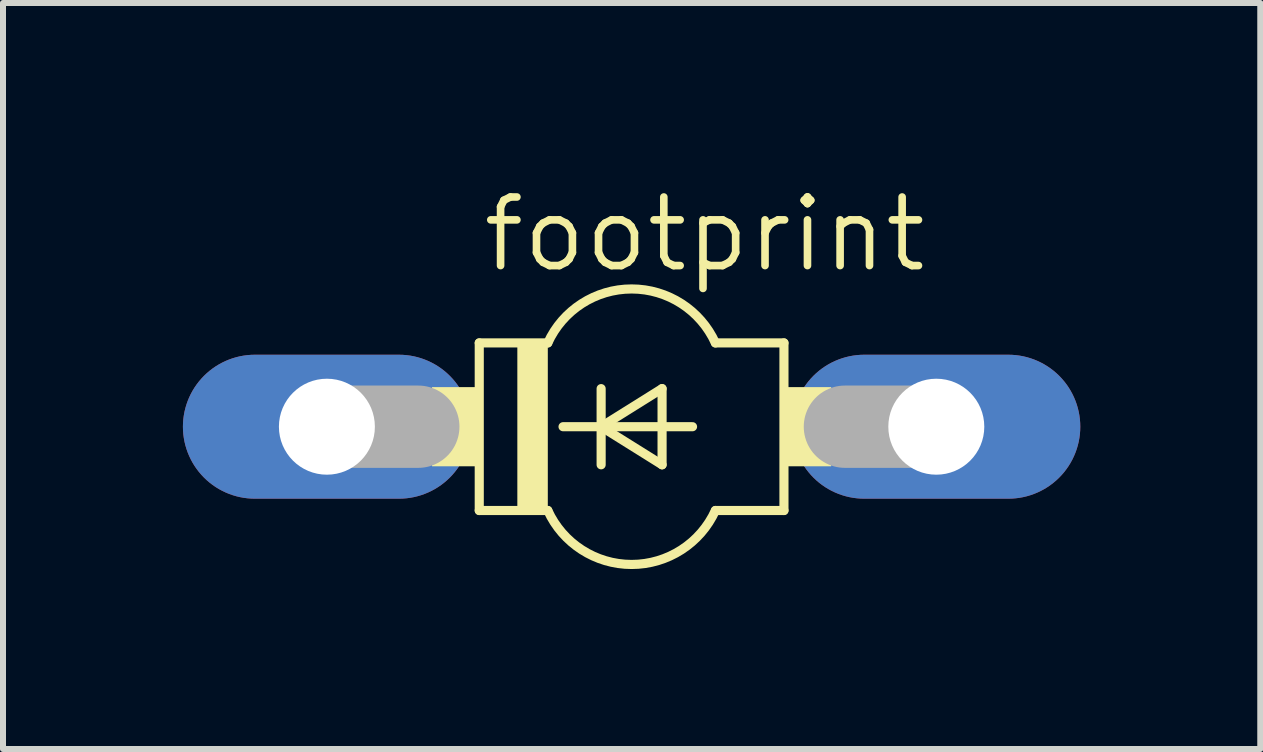
<source format=kicad_pcb>
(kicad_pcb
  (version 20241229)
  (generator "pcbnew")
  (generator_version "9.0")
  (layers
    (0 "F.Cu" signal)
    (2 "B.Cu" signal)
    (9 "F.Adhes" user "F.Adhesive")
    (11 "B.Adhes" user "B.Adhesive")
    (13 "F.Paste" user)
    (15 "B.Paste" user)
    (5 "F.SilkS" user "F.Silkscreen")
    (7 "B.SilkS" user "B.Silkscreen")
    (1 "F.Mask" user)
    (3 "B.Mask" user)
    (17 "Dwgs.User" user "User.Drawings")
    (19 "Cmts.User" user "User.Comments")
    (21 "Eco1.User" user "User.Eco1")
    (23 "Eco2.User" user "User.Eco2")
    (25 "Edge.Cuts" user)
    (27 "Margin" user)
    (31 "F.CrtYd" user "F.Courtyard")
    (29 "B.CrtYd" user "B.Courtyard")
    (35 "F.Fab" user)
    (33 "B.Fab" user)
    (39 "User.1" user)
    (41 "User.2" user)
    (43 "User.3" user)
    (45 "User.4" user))
  (footprint "footprint"
    (layer "F.Cu")
    (at 7.48 4.064)
    (property "Reference" "footprint" (at -2.54 -2.54 0) (layer "F.SilkS") (effects (font (size 1.143 1.143) (thickness 0.127)) (justify left bottom)))
    (fp_line (start -2.54 -1.397) (end -2.54 1.397) (stroke (width 0.152) (type solid)) (layer "F.SilkS"))
    (fp_line (start -2.54 -1.397) (end -1.397 -1.397) (stroke (width 0.152) (type solid)) (layer "F.SilkS"))
    (fp_line (start -2.54 1.397) (end -1.397 1.397) (stroke (width 0.152) (type solid)) (layer "F.SilkS"))
    (fp_line (start -1.143 0) (end -0.508 0) (stroke (width 0.152) (type solid)) (layer "F.SilkS"))
    (fp_line (start -0.508 -0.635) (end -0.508 0) (stroke (width 0.152) (type solid)) (layer "F.SilkS"))
    (fp_line (start -0.508 0) (end -0.508 0.635) (stroke (width 0.152) (type solid)) (layer "F.SilkS"))
    (fp_line (start -0.508 0) (end 0.508 -0.635) (stroke (width 0.152) (type solid)) (layer "F.SilkS"))
    (fp_line (start -0.508 0) (end 1.016 0) (stroke (width 0.152) (type solid)) (layer "F.SilkS"))
    (fp_line (start 0.508 -0.635) (end 0.508 0.635) (stroke (width 0.152) (type solid)) (layer "F.SilkS"))
    (fp_line (start 0.508 0.635) (end -0.508 0) (stroke (width 0.152) (type solid)) (layer "F.SilkS"))
    (fp_line (start 1.397 1.397) (end 2.54 1.397) (stroke (width 0.152) (type solid)) (layer "F.SilkS"))
    (fp_line (start 2.54 -1.397) (end 1.397 -1.397) (stroke (width 0.152) (type solid)) (layer "F.SilkS"))
    (fp_line (start 2.54 1.397) (end 2.54 -1.397) (stroke (width 0.152) (type solid)) (layer "F.SilkS"))
    (fp_arc (start -1.397 -1.397) (mid 0.000001 -2.296546) (end 1.397001 -1.396998) (stroke (width 0.1524) (type solid)) (layer "F.SilkS"))
    (fp_arc (start 1.397001 1.396998) (mid 0.000001 2.296546) (end -1.397 1.397) (stroke (width 0.1524) (type solid)) (layer "F.SilkS"))
    (fp_poly (pts (xy -3.327 0.66) (xy -2.54 0.66) (xy -2.54 -0.66) (xy -3.327 -0.66)) (stroke (width 0) (type solid)) (fill yes) (layer "F.SilkS"))
    (fp_poly (pts (xy -1.905 1.397) (xy -1.397 1.397) (xy -1.397 -1.397) (xy -1.905 -1.397)) (stroke (width 0) (type solid)) (fill yes) (layer "F.SilkS"))
    (fp_poly (pts (xy 2.54 0.66) (xy 3.327 0.66) (xy 3.327 -0.66) (xy 2.54 -0.66)) (stroke (width 0) (type solid)) (fill yes) (layer "F.SilkS"))
    (fp_line (start -5.08 0) (end -3.556 0) (stroke (width 1.372) (type solid)) (layer "F.Fab"))
    (fp_line (start 5.08 0) (end 3.556 0) (stroke (width 1.372) (type solid)) (layer "F.Fab"))
    (pad "A" thru_hole oval (at 5.08 0) (size 4.801 2.4) (drill 1.6) (layers "*.Cu" "*.Mask"))
    (pad "C" thru_hole oval (at -5.08 0) (size 4.801 2.4) (drill 1.6) (layers "*.Cu" "*.Mask")))
  (gr_rect
    (start -3 -3)
    (end 17.961 9.437)
    (stroke (width 0.1) (type default))
    (fill no)
    (layer "Edge.Cuts")))
</source>
